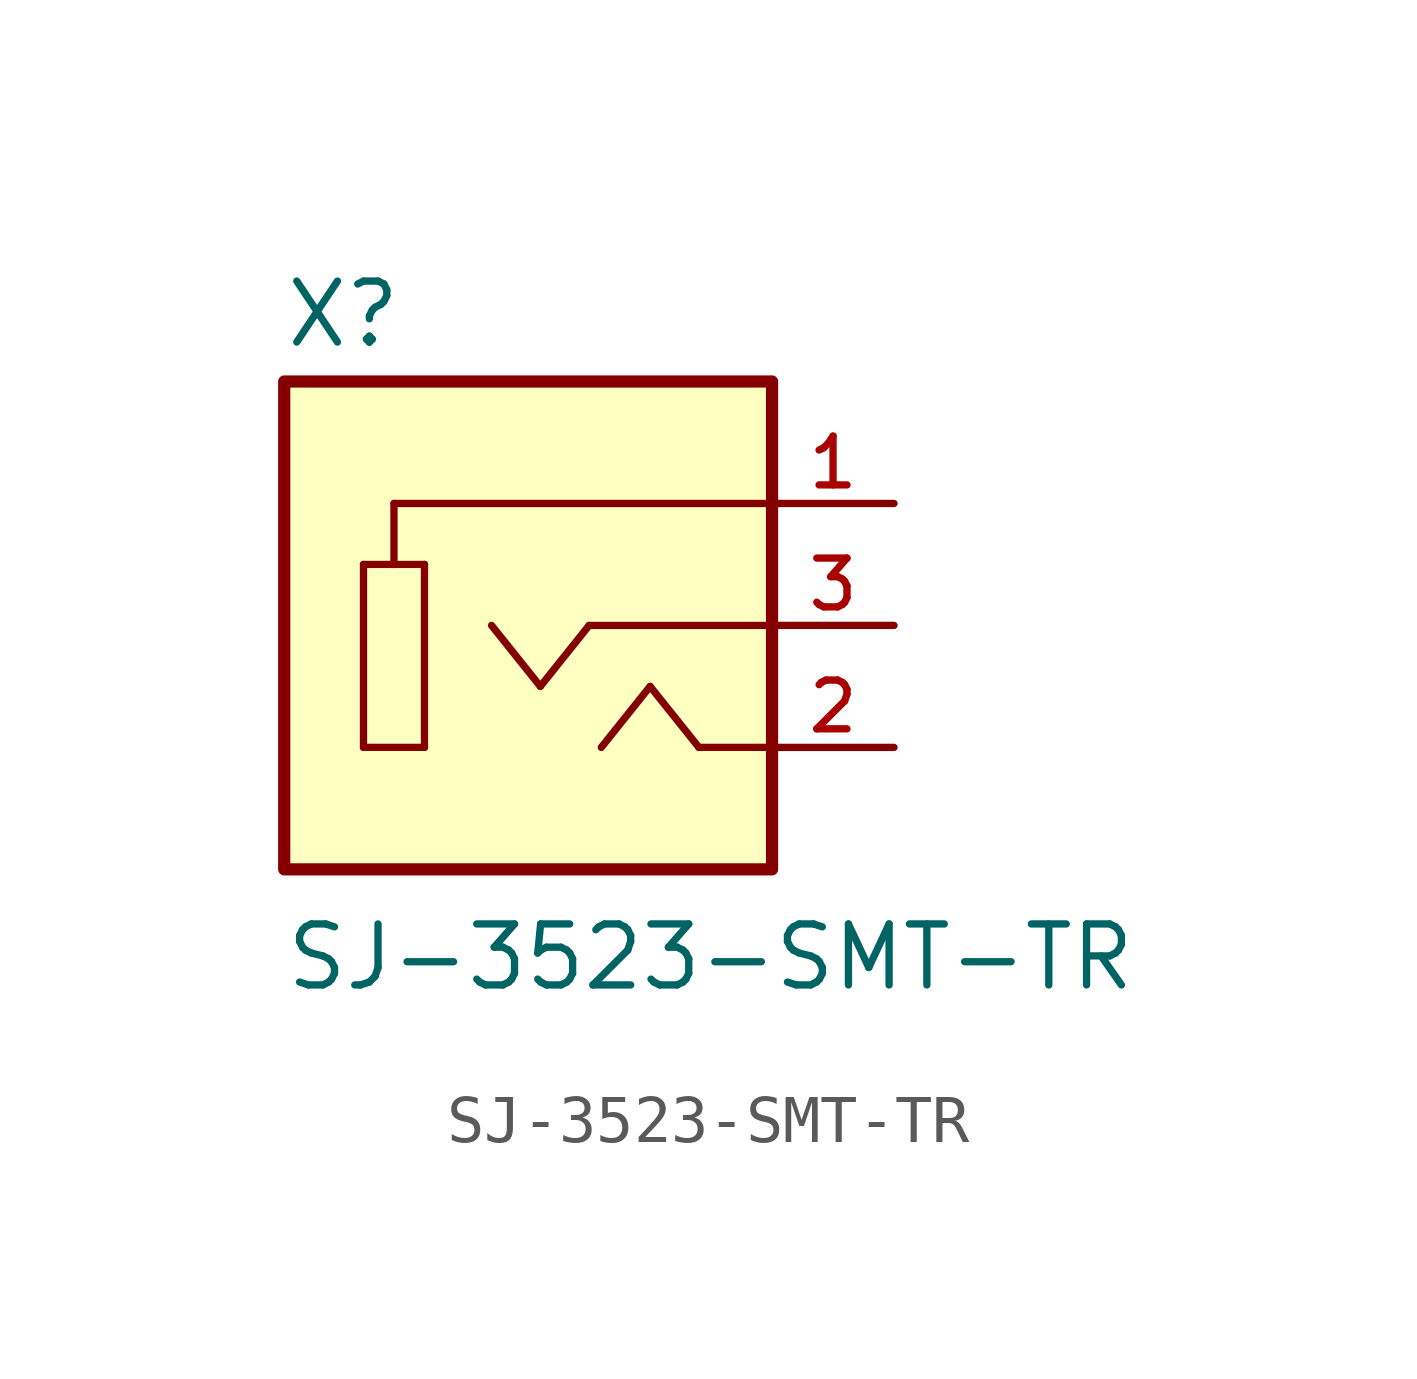
<source format=kicad_sym>
(kicad_symbol_lib
  (version 20231120)
  (generator "kicad_symbol_editor")
  (generator_version "8.0")
  (symbol "SJ-3523-SMT-TR"
    (pin_names
      (offset 1.016))
    (property "Reference" "X"
      (at -5.1 5.738 0)
      (effects (font (size 1.27 1.27)) (justify left bottom)))
    (property "Value" "SJ-3523-SMT-TR"
      (at -5.101 -7.651 0)
      (effects (font (size 1.27 1.27)) (justify left bottom)))
    (symbol "SJ-3523-SMT-TR_0_0"
      (rectangle (start -5.08 5.08) (end 5.08 -5.08) (stroke (width 0.254) (type default)) (fill (type background)))
      (polyline (pts (xy -3.429 -2.54) (xy -2.159 -2.54)) (stroke (width 0.152) (type default)) (fill (type none)))
      (polyline (pts (xy -3.429 1.27) (xy -3.429 -2.54)) (stroke (width 0.152) (type default)) (fill (type none)))
      (polyline (pts (xy -2.794 1.27) (xy -3.429 1.27)) (stroke (width 0.152) (type default)) (fill (type none)))
      (polyline (pts (xy -2.794 1.27) (xy -2.794 2.54)) (stroke (width 0.152) (type default)) (fill (type none)))
      (polyline (pts (xy -2.794 2.54) (xy 5.08 2.54)) (stroke (width 0.152) (type default)) (fill (type none)))
      (polyline (pts (xy -2.159 -2.54) (xy -2.159 1.27)) (stroke (width 0.152) (type default)) (fill (type none)))
      (polyline (pts (xy -2.159 1.27) (xy -2.794 1.27)) (stroke (width 0.152) (type default)) (fill (type none)))
      (polyline (pts (xy 0.254 -1.27) (xy -0.762 0)) (stroke (width 0.152) (type default)) (fill (type none)))
      (polyline (pts (xy 1.27 0) (xy 0.254 -1.27)) (stroke (width 0.152) (type default)) (fill (type none)))
      (polyline (pts (xy 1.524 -2.54) (xy 2.54 -1.27)) (stroke (width 0.152) (type default)) (fill (type none)))
      (polyline (pts (xy 2.54 -1.27) (xy 3.556 -2.54)) (stroke (width 0.152) (type default)) (fill (type none)))
      (polyline (pts (xy 5.08 -2.54) (xy 3.556 -2.54)) (stroke (width 0.152) (type default)) (fill (type none)))
      (polyline (pts (xy 5.08 0) (xy 1.27 0)) (stroke (width 0.152) (type default)) (fill (type none)))
      (pin passive line (at 7.62 2.54 180) (length 2.54) (name "~" (effects (font (size 1.016 1.016)))) (number "1" (effects (font (size 1.016 1.016)))))
      (pin passive line (at 7.62 -2.54 180) (length 2.54) (name "~" (effects (font (size 1.016 1.016)))) (number "2" (effects (font (size 1.016 1.016)))))
      (pin passive line (at 7.62 0 180) (length 2.54) (name "~" (effects (font (size 1.016 1.016)))) (number "3" (effects (font (size 1.016 1.016))))))))
</source>
